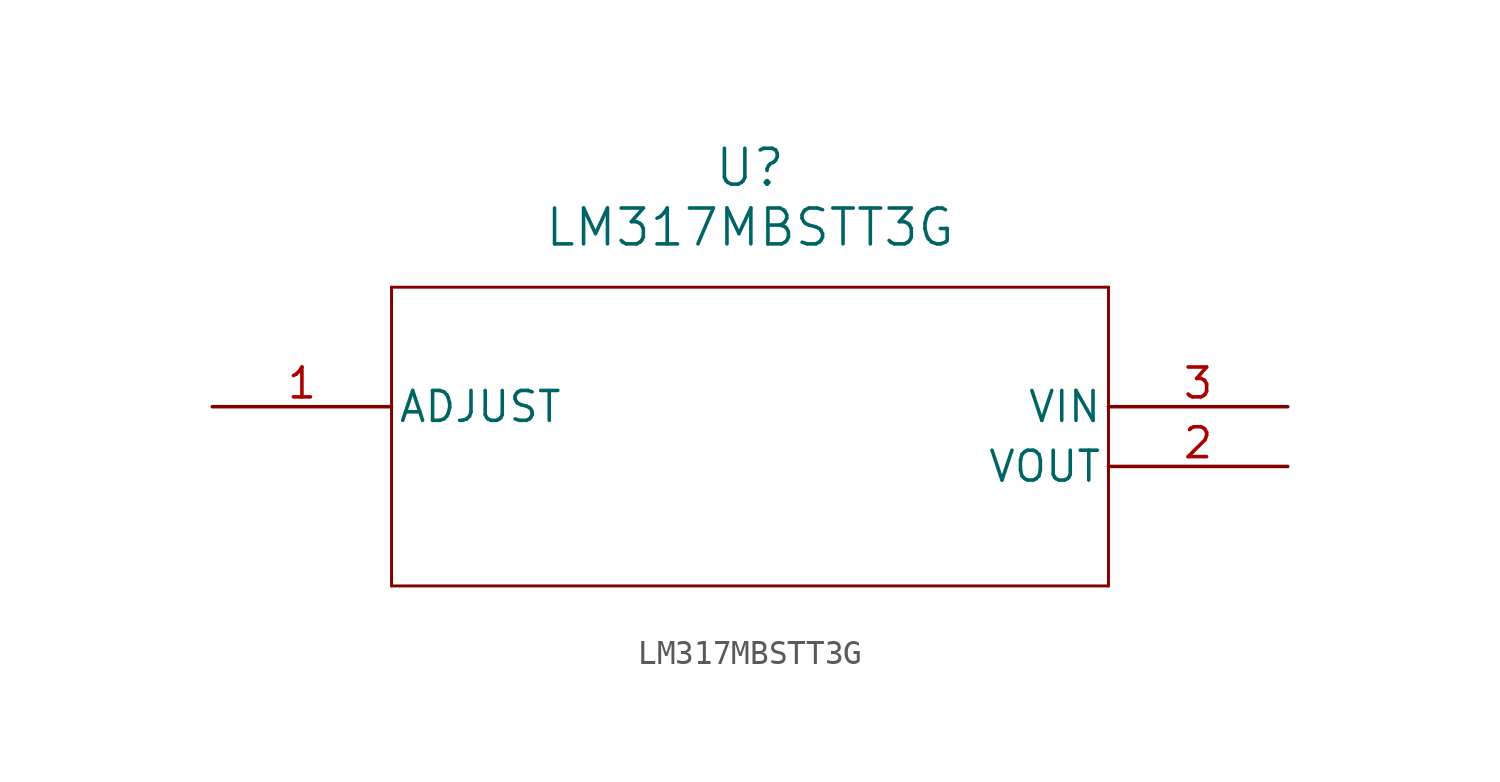
<source format=kicad_sym>
(kicad_symbol_lib
  (version 20211014)
  (generator kicad_symbol_editor)
  (symbol "LM317MBSTT3G"
    (pin_names
      (offset 0.254))
    (property "Reference" "U"
      (at 22.86 10.16 0)
      (effects (font (size 1.524 1.524))))
    (property "Value" "LM317MBSTT3G"
      (at 22.86 7.62 0)
      (effects (font (size 1.524 1.524))))
    (symbol "LM317MBSTT3G_0_1"
      (polyline (pts (xy 7.62 5.08) (xy 7.62 -7.62)) (stroke (width 0.127) (type default) (color 0 0 0 0)) (fill (type none)))
      (polyline (pts (xy 7.62 -7.62) (xy 38.1 -7.62)) (stroke (width 0.127) (type default) (color 0 0 0 0)) (fill (type none)))
      (polyline (pts (xy 38.1 -7.62) (xy 38.1 5.08)) (stroke (width 0.127) (type default) (color 0 0 0 0)) (fill (type none)))
      (polyline (pts (xy 38.1 5.08) (xy 7.62 5.08)) (stroke (width 0.127) (type default) (color 0 0 0 0)) (fill (type none)))
      (pin unspecified line (at 0 0 0) (length 7.62) (name "ADJUST" (effects (font (size 1.27 1.27)))) (number "1" (effects (font (size 1.27 1.27)))))
      (pin output line (at 45.72 -2.54 180) (length 7.62) (name "VOUT" (effects (font (size 1.27 1.27)))) (number "2" (effects (font (size 1.27 1.27)))))
      (pin input line (at 45.72 0 180) (length 7.62) (name "VIN" (effects (font (size 1.27 1.27)))) (number "3" (effects (font (size 1.27 1.27))))))))
</source>
